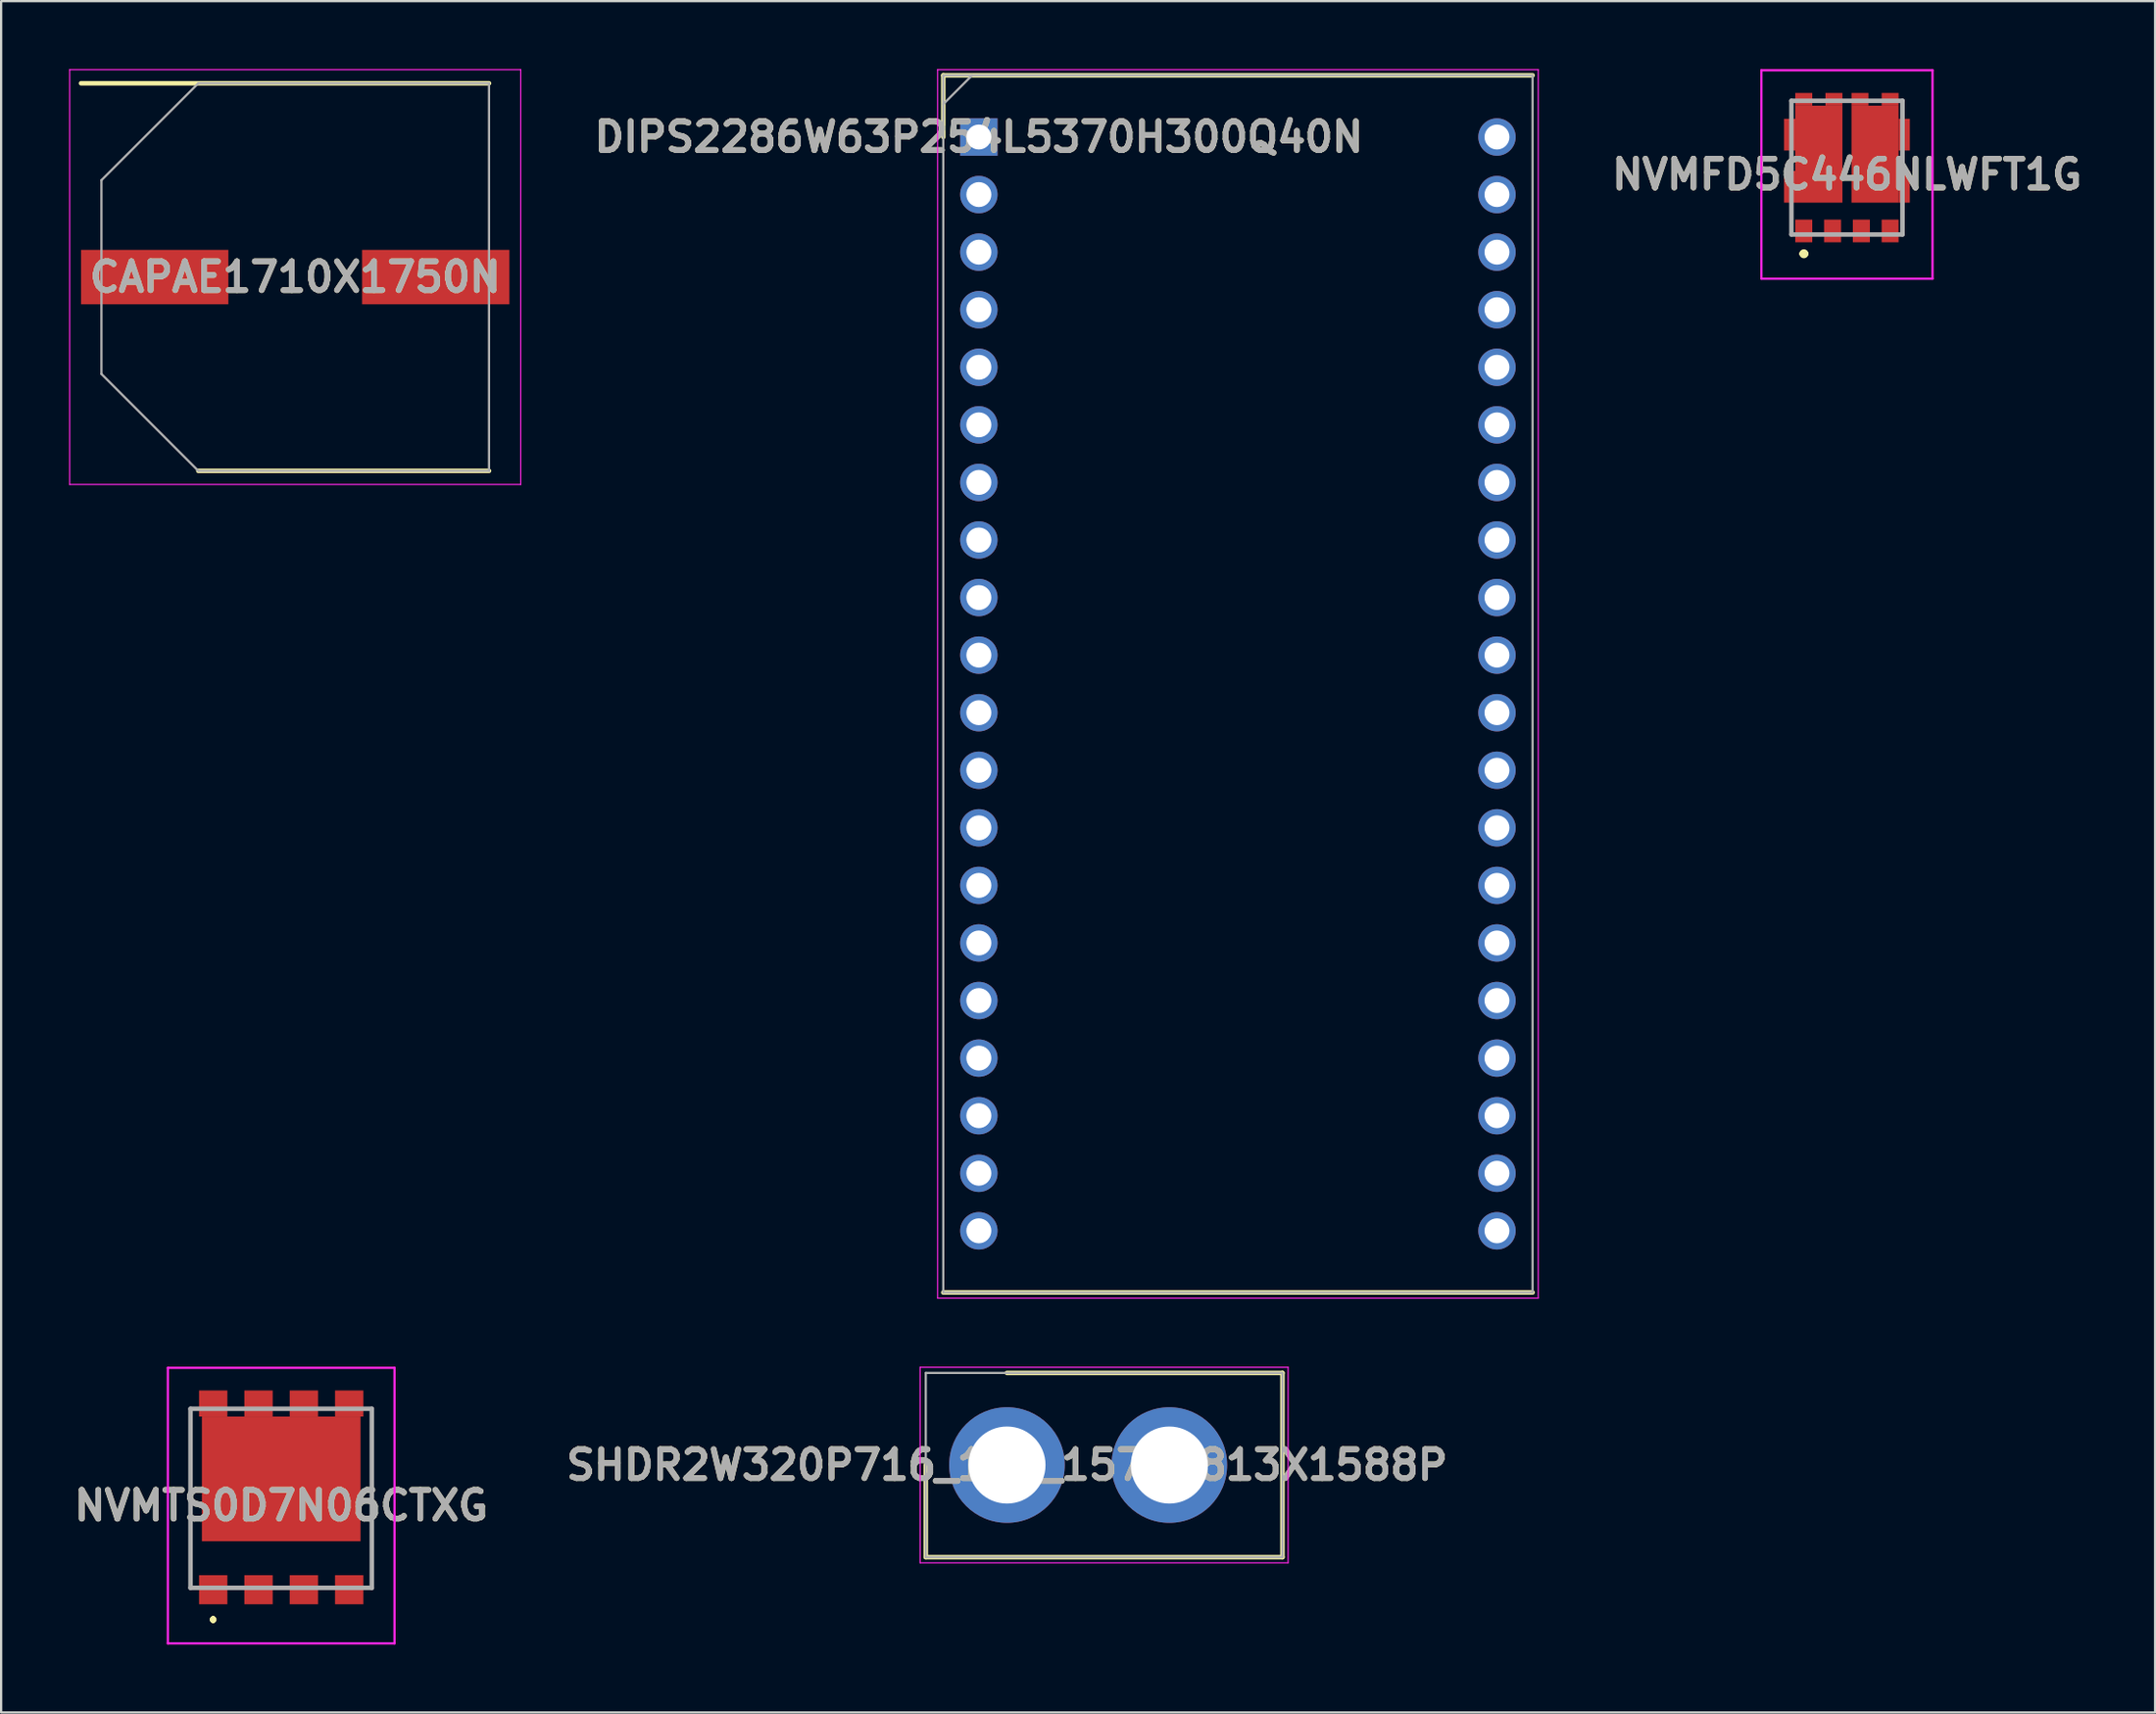
<source format=kicad_pcb>
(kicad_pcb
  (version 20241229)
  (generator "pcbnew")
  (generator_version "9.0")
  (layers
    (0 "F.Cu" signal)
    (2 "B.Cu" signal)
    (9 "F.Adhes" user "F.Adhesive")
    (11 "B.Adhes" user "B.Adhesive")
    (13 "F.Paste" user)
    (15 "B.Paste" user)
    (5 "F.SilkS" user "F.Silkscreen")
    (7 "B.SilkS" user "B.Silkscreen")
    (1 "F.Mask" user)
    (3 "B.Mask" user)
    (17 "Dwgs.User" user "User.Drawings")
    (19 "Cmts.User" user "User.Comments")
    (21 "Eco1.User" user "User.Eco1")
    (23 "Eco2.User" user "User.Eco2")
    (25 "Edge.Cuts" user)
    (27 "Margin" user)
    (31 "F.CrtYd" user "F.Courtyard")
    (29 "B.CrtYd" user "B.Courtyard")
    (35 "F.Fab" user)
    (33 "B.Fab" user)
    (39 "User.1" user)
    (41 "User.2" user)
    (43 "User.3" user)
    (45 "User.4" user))
  (footprint "NVMFD5C446NLWFT1G"
    (layer "F.Cu")
    (at 78.438 4.648)
    (property "Reference" "NVMFD5C446NLWFT1G" (at 0 0 0) (layer "F.SilkS") (effects (font (size 1.27 1.27) (thickness 0.254))))
    (attr smd)
    (fp_line (start -2.45 -3.252) (end -2.45 -2.802) (stroke (width 0.1) (type solid)) (layer "F.SilkS"))
    (fp_line (start -2.45 1.698) (end -2.45 2.648) (stroke (width 0.1) (type solid)) (layer "F.SilkS"))
    (fp_line (start -2 3.498) (end -2 3.498) (stroke (width 0.2) (type solid)) (layer "F.SilkS"))
    (fp_line (start -1.8 3.498) (end -1.8 3.498) (stroke (width 0.2) (type solid)) (layer "F.SilkS"))
    (fp_line (start 2.45 -3.252) (end 2.45 -2.802) (stroke (width 0.1) (type solid)) (layer "F.SilkS"))
    (fp_line (start 2.45 2.648) (end 2.45 1.698) (stroke (width 0.1) (type solid)) (layer "F.SilkS"))
    (fp_arc (start -2 3.498) (mid -1.9 3.398) (end -1.8 3.498) (stroke (width 0.2) (type solid)) (layer "F.SilkS"))
    (fp_arc (start -1.8 3.498) (mid -1.9 3.598) (end -2 3.498) (stroke (width 0.2) (type solid)) (layer "F.SilkS"))
    (fp_line (start -3.775 -4.598) (end 3.775 -4.598) (stroke (width 0.1) (type solid)) (layer "F.CrtYd"))
    (fp_line (start -3.775 4.598) (end -3.775 -4.598) (stroke (width 0.1) (type solid)) (layer "F.CrtYd"))
    (fp_line (start 3.775 -4.598) (end 3.775 4.598) (stroke (width 0.1) (type solid)) (layer "F.CrtYd"))
    (fp_line (start 3.775 4.598) (end -3.775 4.598) (stroke (width 0.1) (type solid)) (layer "F.CrtYd"))
    (fp_line (start -2.45 -3.252) (end 2.45 -3.252) (stroke (width 0.2) (type solid)) (layer "F.Fab"))
    (fp_line (start -2.45 2.648) (end -2.45 -3.252) (stroke (width 0.2) (type solid)) (layer "F.Fab"))
    (fp_line (start 2.45 -3.252) (end 2.45 2.648) (stroke (width 0.2) (type solid)) (layer "F.Fab"))
    (fp_line (start 2.45 2.648) (end -2.45 2.648) (stroke (width 0.2) (type solid)) (layer "F.Fab"))
    (fp_text user "${REFERENCE}" (at 0 0 0) (layer "F.Fab") (effects (font (size 1.27 1.27) (thickness 0.254))))
    (pad "1" smd rect (at -1.905 2.492) (size 0.75 1) (layers "F.Cu" "F.Mask" "F.Paste"))
    (pad "2" smd rect (at -0.635 2.492) (size 0.75 1) (layers "F.Cu" "F.Mask" "F.Paste"))
    (pad "3" smd rect (at 0.635 2.492) (size 0.75 1) (layers "F.Cu" "F.Mask" "F.Paste"))
    (pad "4" smd rect (at 1.905 2.492) (size 0.75 1) (layers "F.Cu" "F.Mask" "F.Paste"))
    (pad "5" smd rect (at 1.905 -3.317 90) (size 0.56 0.75) (layers "F.Cu" "F.Mask" "F.Paste"))
    (pad "6" smd rect (at 0.575 -3.317 90) (size 0.56 0.75) (layers "F.Cu" "F.Mask" "F.Paste"))
    (pad "7" smd rect (at -0.575 -3.317 90) (size 0.56 0.75) (layers "F.Cu" "F.Mask" "F.Paste"))
    (pad "8" smd rect (at -1.905 -3.317 90) (size 0.56 0.75) (layers "F.Cu" "F.Mask" "F.Paste"))
    (pad "9" smd rect (at -2.527 -1.757) (size 0.495 1.4) (layers "F.Cu" "F.Mask" "F.Paste"))
    (pad "10" smd rect (at -2.527 0.543) (size 0.495 1.4) (layers "F.Cu" "F.Mask" "F.Paste"))
    (pad "11" smd rect (at 2.527 0.543) (size 0.495 1.4) (layers "F.Cu" "F.Mask" "F.Paste"))
    (pad "12" smd rect (at 2.527 -1.757) (size 0.495 1.4) (layers "F.Cu" "F.Mask" "F.Paste"))
    (pad "13" smd rect (at 1.24 -0.897) (size 2.08 4.28) (layers "F.Cu" "F.Mask" "F.Paste"))
    (pad "14" smd rect (at -1.24 -0.897) (size 2.08 4.28) (layers "F.Cu" "F.Mask" "F.Paste")))
  (footprint "SHDR2W320P716_1X2_1574X813X1588P"
    (layer "F.Cu")
    (at 41.378 61.589)
    (property "Reference" "SHDR2W320P716_1X2_1574X813X1588P" (at 0 0 0) (layer "F.SilkS") (effects (font (size 1.27 1.27) (thickness 0.254))))
    (attr through_hole)
    (fp_line (start -3.582 4.064) (end -3.582 0) (stroke (width 0.2) (type solid)) (layer "F.SilkS"))
    (fp_line (start 0 -4.064) (end 12.153 -4.064) (stroke (width 0.2) (type solid)) (layer "F.SilkS"))
    (fp_line (start 12.153 -4.064) (end 12.153 4.064) (stroke (width 0.2) (type solid)) (layer "F.SilkS"))
    (fp_line (start 12.153 4.064) (end -3.582 4.064) (stroke (width 0.2) (type solid)) (layer "F.SilkS"))
    (fp_line (start -3.832 -4.314) (end 12.403 -4.314) (stroke (width 0.05) (type solid)) (layer "F.CrtYd"))
    (fp_line (start -3.832 4.314) (end -3.832 -4.314) (stroke (width 0.05) (type solid)) (layer "F.CrtYd"))
    (fp_line (start 12.403 -4.314) (end 12.403 4.314) (stroke (width 0.05) (type solid)) (layer "F.CrtYd"))
    (fp_line (start 12.403 4.314) (end -3.832 4.314) (stroke (width 0.05) (type solid)) (layer "F.CrtYd"))
    (fp_line (start -3.582 -4.064) (end 12.153 -4.064) (stroke (width 0.1) (type solid)) (layer "F.Fab"))
    (fp_line (start -3.582 4.064) (end -3.582 -4.064) (stroke (width 0.1) (type solid)) (layer "F.Fab"))
    (fp_line (start 12.153 -4.064) (end 12.153 4.064) (stroke (width 0.1) (type solid)) (layer "F.Fab"))
    (fp_line (start 12.153 4.064) (end -3.582 4.064) (stroke (width 0.1) (type solid)) (layer "F.Fab"))
    (fp_text user "${REFERENCE}" (at 0 0 0) (layer "F.Fab") (effects (font (size 1.27 1.27) (thickness 0.254))))
    (pad "1" thru_hole circle (at 0 0) (size 5.1 5.1) (drill 3.4) (layers "*.Cu" "*.Mask"))
    (pad "2" thru_hole circle (at 7.163 0) (size 5.1 5.1) (drill 3.4) (layers "*.Cu" "*.Mask")))
  (footprint "NVMTS0D7N06CTXG"
    (layer "F.Cu")
    (at 9.356 63.058)
    (property "Reference" "NVMTS0D7N06CTXG" (at 0 0.321 0) (layer "F.SilkS") (effects (font (size 1.27 1.27) (thickness 0.254))))
    (attr smd)
    (fp_line (start -3 5.3) (end -3 5.3) (stroke (width 0.2) (type solid)) (layer "F.SilkS"))
    (fp_line (start -3 5.3) (end -3 5.3) (stroke (width 0.2) (type solid)) (layer "F.SilkS"))
    (fp_line (start -3 5.4) (end -3 5.4) (stroke (width 0.2) (type solid)) (layer "F.SilkS"))
    (fp_arc (start -3 5.3) (mid -2.95 5.35) (end -3 5.4) (stroke (width 0.2) (type solid)) (layer "F.SilkS"))
    (fp_arc (start -3 5.4) (mid -3.05 5.35) (end -3 5.3) (stroke (width 0.2) (type solid)) (layer "F.SilkS"))
    (fp_arc (start -3 5.4) (mid -3.05 5.35) (end -3 5.3) (stroke (width 0.2) (type solid)) (layer "F.SilkS"))
    (fp_line (start -5 -5.758) (end 5 -5.758) (stroke (width 0.1) (type solid)) (layer "F.CrtYd"))
    (fp_line (start -5 6.4) (end -5 -5.758) (stroke (width 0.1) (type solid)) (layer "F.CrtYd"))
    (fp_line (start 5 -5.758) (end 5 6.4) (stroke (width 0.1) (type solid)) (layer "F.CrtYd"))
    (fp_line (start 5 6.4) (end -5 6.4) (stroke (width 0.1) (type solid)) (layer "F.CrtYd"))
    (fp_line (start -4 -3.95) (end 4 -3.95) (stroke (width 0.2) (type solid)) (layer "F.Fab"))
    (fp_line (start -4 3.95) (end -4 -3.95) (stroke (width 0.2) (type solid)) (layer "F.Fab"))
    (fp_line (start 4 -3.95) (end 4 3.95) (stroke (width 0.2) (type solid)) (layer "F.Fab"))
    (fp_line (start 4 3.95) (end -4 3.95) (stroke (width 0.2) (type solid)) (layer "F.Fab"))
    (fp_text user "${REFERENCE}" (at 0 0.321 0) (layer "F.Fab") (effects (font (size 1.27 1.27) (thickness 0.254))))
    (pad "1" smd rect (at -3 4.033) (size 1.25 1.28) (layers "F.Cu" "F.Mask" "F.Paste"))
    (pad "2" smd rect (at -1 4.033) (size 1.25 1.28) (layers "F.Cu" "F.Mask" "F.Paste"))
    (pad "3" smd rect (at 1 4.033) (size 1.25 1.28) (layers "F.Cu" "F.Mask" "F.Paste"))
    (pad "4" smd rect (at 3 4.033) (size 1.25 1.28) (layers "F.Cu" "F.Mask" "F.Paste"))
    (pad "5" smd rect (at 3 -4.183 90) (size 1.15 1.25) (layers "F.Cu" "F.Mask" "F.Paste"))
    (pad "6" smd rect (at 1 -4.183 90) (size 1.15 1.25) (layers "F.Cu" "F.Mask" "F.Paste"))
    (pad "7" smd rect (at -1 -4.183 90) (size 1.15 1.25) (layers "F.Cu" "F.Mask" "F.Paste"))
    (pad "8" smd rect (at -3 -4.183 90) (size 1.15 1.25) (layers "F.Cu" "F.Mask" "F.Paste"))
    (pad "9" smd rect (at 0 -0.857 90) (size 5.5 7) (layers "F.Cu" "F.Mask" "F.Paste")))
  (footprint "DIPS2286W63P254L5370H300Q40N"
    (layer "F.Cu")
    (at 40.137 2.995)
    (property "Reference" "DIPS2286W63P254L5370H300Q40N" (at 0 0 0) (layer "F.SilkS") (effects (font (size 1.27 1.27) (thickness 0.254))))
    (attr through_hole)
    (fp_line (start -1.57 -2.72) (end -1.57 0) (stroke (width 0.2) (type solid)) (layer "F.SilkS"))
    (fp_line (start -1.57 50.98) (end 24.43 50.98) (stroke (width 0.2) (type solid)) (layer "F.SilkS"))
    (fp_line (start 24.43 -2.72) (end -1.57 -2.72) (stroke (width 0.2) (type solid)) (layer "F.SilkS"))
    (fp_line (start -1.82 -2.97) (end 24.68 -2.97) (stroke (width 0.05) (type solid)) (layer "F.CrtYd"))
    (fp_line (start -1.82 51.23) (end -1.82 -2.97) (stroke (width 0.05) (type solid)) (layer "F.CrtYd"))
    (fp_line (start 24.68 -2.97) (end 24.68 51.23) (stroke (width 0.05) (type solid)) (layer "F.CrtYd"))
    (fp_line (start 24.68 51.23) (end -1.82 51.23) (stroke (width 0.05) (type solid)) (layer "F.CrtYd"))
    (fp_line (start -1.57 -2.72) (end 24.43 -2.72) (stroke (width 0.1) (type solid)) (layer "F.Fab"))
    (fp_line (start -1.57 -1.45) (end -0.3 -2.72) (stroke (width 0.1) (type solid)) (layer "F.Fab"))
    (fp_line (start -1.57 50.98) (end -1.57 -2.72) (stroke (width 0.1) (type solid)) (layer "F.Fab"))
    (fp_line (start 24.43 -2.72) (end 24.43 50.98) (stroke (width 0.1) (type solid)) (layer "F.Fab"))
    (fp_line (start 24.43 50.98) (end -1.57 50.98) (stroke (width 0.1) (type solid)) (layer "F.Fab"))
    (fp_text user "${REFERENCE}" (at 0 0 0) (layer "F.Fab") (effects (font (size 1.27 1.27) (thickness 0.254))))
    (pad "1" thru_hole rect (at 0 0) (size 1.65 1.65) (drill 1.1) (layers "*.Cu" "*.Mask"))
    (pad "2" thru_hole circle (at 0 2.54) (size 1.65 1.65) (drill 1.1) (layers "*.Cu" "*.Mask"))
    (pad "3" thru_hole circle (at 0 5.08) (size 1.65 1.65) (drill 1.1) (layers "*.Cu" "*.Mask"))
    (pad "4" thru_hole circle (at 0 7.62) (size 1.65 1.65) (drill 1.1) (layers "*.Cu" "*.Mask"))
    (pad "5" thru_hole circle (at 0 10.16) (size 1.65 1.65) (drill 1.1) (layers "*.Cu" "*.Mask"))
    (pad "6" thru_hole circle (at 0 12.7) (size 1.65 1.65) (drill 1.1) (layers "*.Cu" "*.Mask"))
    (pad "7" thru_hole circle (at 0 15.24) (size 1.65 1.65) (drill 1.1) (layers "*.Cu" "*.Mask"))
    (pad "8" thru_hole circle (at 0 17.78) (size 1.65 1.65) (drill 1.1) (layers "*.Cu" "*.Mask"))
    (pad "9" thru_hole circle (at 0 20.32) (size 1.65 1.65) (drill 1.1) (layers "*.Cu" "*.Mask"))
    (pad "10" thru_hole circle (at 0 22.86) (size 1.65 1.65) (drill 1.1) (layers "*.Cu" "*.Mask"))
    (pad "11" thru_hole circle (at 0 25.4) (size 1.65 1.65) (drill 1.1) (layers "*.Cu" "*.Mask"))
    (pad "12" thru_hole circle (at 0 27.94) (size 1.65 1.65) (drill 1.1) (layers "*.Cu" "*.Mask"))
    (pad "13" thru_hole circle (at 0 30.48) (size 1.65 1.65) (drill 1.1) (layers "*.Cu" "*.Mask"))
    (pad "14" thru_hole circle (at 0 33.02) (size 1.65 1.65) (drill 1.1) (layers "*.Cu" "*.Mask"))
    (pad "15" thru_hole circle (at 0 35.56) (size 1.65 1.65) (drill 1.1) (layers "*.Cu" "*.Mask"))
    (pad "16" thru_hole circle (at 0 38.1) (size 1.65 1.65) (drill 1.1) (layers "*.Cu" "*.Mask"))
    (pad "17" thru_hole circle (at 0 40.64) (size 1.65 1.65) (drill 1.1) (layers "*.Cu" "*.Mask"))
    (pad "18" thru_hole circle (at 0 43.18) (size 1.65 1.65) (drill 1.1) (layers "*.Cu" "*.Mask"))
    (pad "19" thru_hole circle (at 0 45.72) (size 1.65 1.65) (drill 1.1) (layers "*.Cu" "*.Mask"))
    (pad "20" thru_hole circle (at 0 48.26) (size 1.65 1.65) (drill 1.1) (layers "*.Cu" "*.Mask"))
    (pad "21" thru_hole circle (at 22.86 48.26) (size 1.65 1.65) (drill 1.1) (layers "*.Cu" "*.Mask"))
    (pad "22" thru_hole circle (at 22.86 45.72) (size 1.65 1.65) (drill 1.1) (layers "*.Cu" "*.Mask"))
    (pad "23" thru_hole circle (at 22.86 43.18) (size 1.65 1.65) (drill 1.1) (layers "*.Cu" "*.Mask"))
    (pad "24" thru_hole circle (at 22.86 40.64) (size 1.65 1.65) (drill 1.1) (layers "*.Cu" "*.Mask"))
    (pad "25" thru_hole circle (at 22.86 38.1) (size 1.65 1.65) (drill 1.1) (layers "*.Cu" "*.Mask"))
    (pad "26" thru_hole circle (at 22.86 35.56) (size 1.65 1.65) (drill 1.1) (layers "*.Cu" "*.Mask"))
    (pad "27" thru_hole circle (at 22.86 33.02) (size 1.65 1.65) (drill 1.1) (layers "*.Cu" "*.Mask"))
    (pad "28" thru_hole circle (at 22.86 30.48) (size 1.65 1.65) (drill 1.1) (layers "*.Cu" "*.Mask"))
    (pad "29" thru_hole circle (at 22.86 27.94) (size 1.65 1.65) (drill 1.1) (layers "*.Cu" "*.Mask"))
    (pad "30" thru_hole circle (at 22.86 25.4) (size 1.65 1.65) (drill 1.1) (layers "*.Cu" "*.Mask"))
    (pad "31" thru_hole circle (at 22.86 22.86) (size 1.65 1.65) (drill 1.1) (layers "*.Cu" "*.Mask"))
    (pad "32" thru_hole circle (at 22.86 20.32) (size 1.65 1.65) (drill 1.1) (layers "*.Cu" "*.Mask"))
    (pad "33" thru_hole circle (at 22.86 17.78) (size 1.65 1.65) (drill 1.1) (layers "*.Cu" "*.Mask"))
    (pad "34" thru_hole circle (at 22.86 15.24) (size 1.65 1.65) (drill 1.1) (layers "*.Cu" "*.Mask"))
    (pad "35" thru_hole circle (at 22.86 12.7) (size 1.65 1.65) (drill 1.1) (layers "*.Cu" "*.Mask"))
    (pad "36" thru_hole circle (at 22.86 10.16) (size 1.65 1.65) (drill 1.1) (layers "*.Cu" "*.Mask"))
    (pad "37" thru_hole circle (at 22.86 7.62) (size 1.65 1.65) (drill 1.1) (layers "*.Cu" "*.Mask"))
    (pad "38" thru_hole circle (at 22.86 5.08) (size 1.65 1.65) (drill 1.1) (layers "*.Cu" "*.Mask"))
    (pad "39" thru_hole circle (at 22.86 2.54) (size 1.65 1.65) (drill 1.1) (layers "*.Cu" "*.Mask"))
    (pad "40" thru_hole circle (at 22.86 0) (size 1.65 1.65) (drill 1.1) (layers "*.Cu" "*.Mask")))
  (footprint "CAPAE1710X1750N"
    (layer "F.Cu")
    (at 9.975 9.175)
    (property "Reference" "CAPAE1710X1750N" (at 0 0 0) (layer "F.SilkS") (effects (font (size 1.27 1.27) (thickness 0.254))))
    (attr smd)
    (fp_line (start -9.45 -8.55) (end 8.55 -8.55) (stroke (width 0.2) (type solid)) (layer "F.SilkS"))
    (fp_line (start -4.275 8.55) (end 8.55 8.55) (stroke (width 0.2) (type solid)) (layer "F.SilkS"))
    (fp_line (start -9.95 -9.15) (end 9.95 -9.15) (stroke (width 0.05) (type solid)) (layer "F.CrtYd"))
    (fp_line (start -9.95 9.15) (end -9.95 -9.15) (stroke (width 0.05) (type solid)) (layer "F.CrtYd"))
    (fp_line (start 9.95 -9.15) (end 9.95 9.15) (stroke (width 0.05) (type solid)) (layer "F.CrtYd"))
    (fp_line (start 9.95 9.15) (end -9.95 9.15) (stroke (width 0.05) (type solid)) (layer "F.CrtYd"))
    (fp_line (start -8.55 -4.275) (end -8.55 4.275) (stroke (width 0.1) (type solid)) (layer "F.Fab"))
    (fp_line (start -8.55 4.275) (end -4.275 8.55) (stroke (width 0.1) (type solid)) (layer "F.Fab"))
    (fp_line (start -4.275 -8.55) (end -8.55 -4.275) (stroke (width 0.1) (type solid)) (layer "F.Fab"))
    (fp_line (start -4.275 8.55) (end 8.55 8.55) (stroke (width 0.1) (type solid)) (layer "F.Fab"))
    (fp_line (start 8.55 -8.55) (end -4.275 -8.55) (stroke (width 0.1) (type solid)) (layer "F.Fab"))
    (fp_line (start 8.55 8.55) (end 8.55 -8.55) (stroke (width 0.1) (type solid)) (layer "F.Fab"))
    (fp_text user "${REFERENCE}" (at 0 0 0) (layer "F.Fab") (effects (font (size 1.27 1.27) (thickness 0.254))))
    (pad "1" smd rect (at -6.2 0 90) (size 2.4 6.5) (layers "F.Cu" "F.Mask" "F.Paste"))
    (pad "2" smd rect (at 6.2 0 90) (size 2.4 6.5) (layers "F.Cu" "F.Mask" "F.Paste")))
  (gr_rect
    (start -3 -3)
    (end 92.033 72.508)
    (stroke (width 0.1) (type default))
    (fill no)
    (layer "Edge.Cuts")))
</source>
